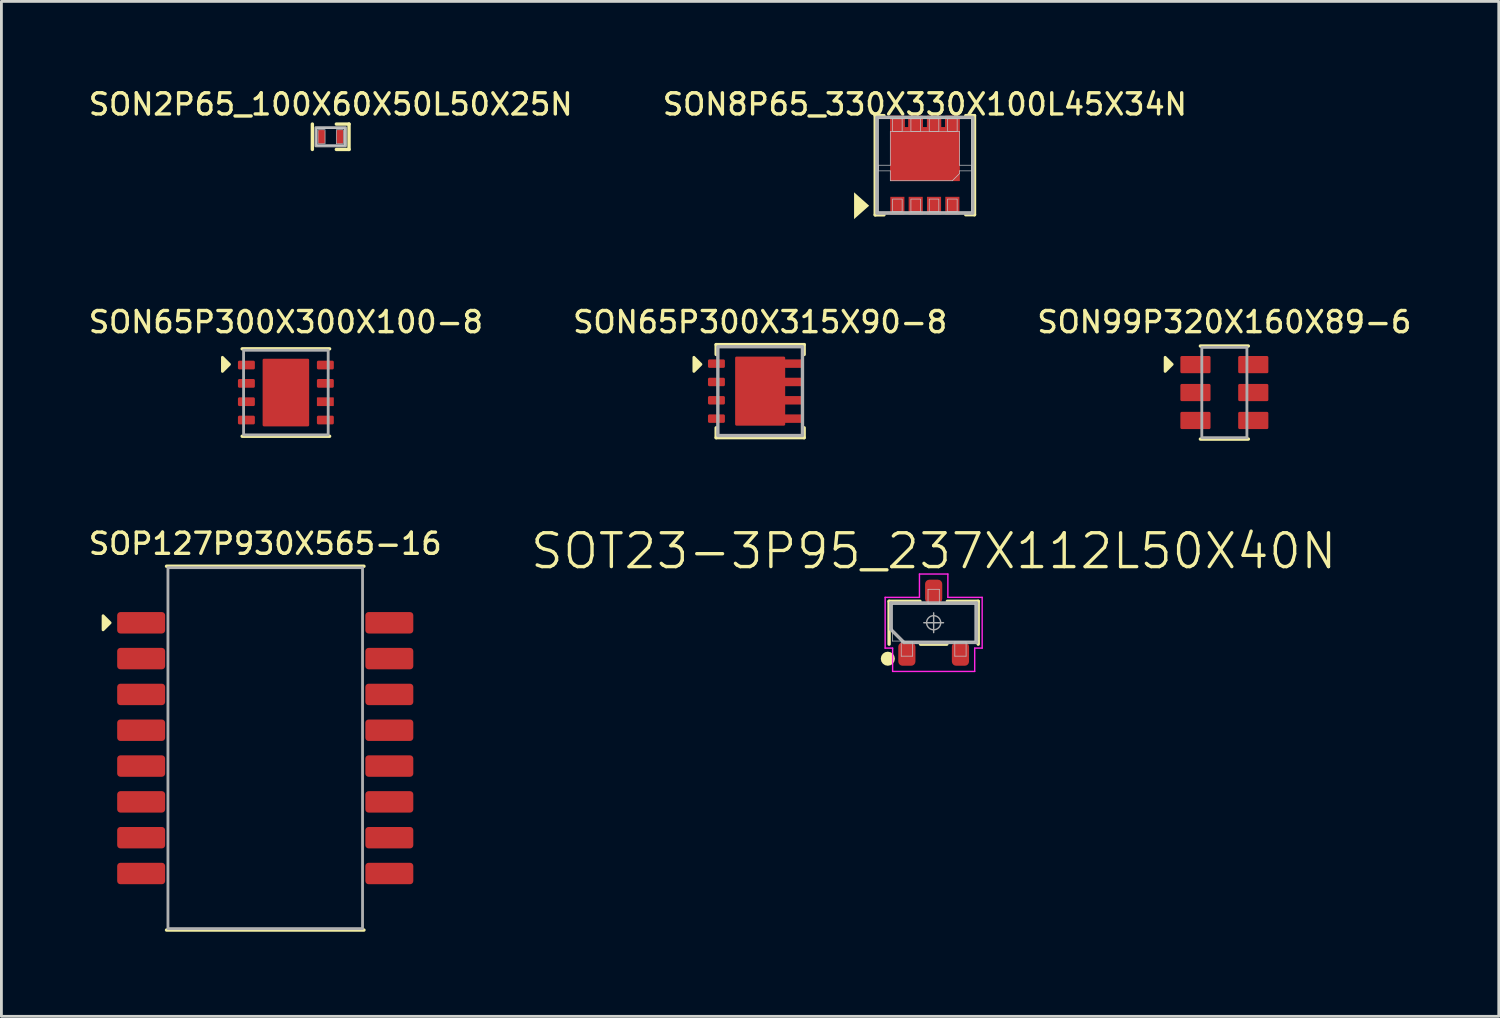
<source format=kicad_pcb>
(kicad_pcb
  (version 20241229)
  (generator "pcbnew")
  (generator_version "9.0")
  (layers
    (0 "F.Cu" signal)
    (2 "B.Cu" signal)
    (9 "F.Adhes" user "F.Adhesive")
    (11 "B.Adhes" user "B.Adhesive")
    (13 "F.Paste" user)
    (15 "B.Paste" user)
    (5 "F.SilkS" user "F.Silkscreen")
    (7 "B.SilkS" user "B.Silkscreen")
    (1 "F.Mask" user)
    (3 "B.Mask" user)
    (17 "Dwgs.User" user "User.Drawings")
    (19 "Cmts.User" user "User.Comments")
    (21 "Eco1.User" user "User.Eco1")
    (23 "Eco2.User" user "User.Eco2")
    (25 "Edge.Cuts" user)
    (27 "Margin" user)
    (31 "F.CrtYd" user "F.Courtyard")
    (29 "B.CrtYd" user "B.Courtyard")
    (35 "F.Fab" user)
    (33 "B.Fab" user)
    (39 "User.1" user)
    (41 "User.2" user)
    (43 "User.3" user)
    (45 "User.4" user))
  (footprint "SON2P65_100X60X50L50X25N"
    (layer "F.Cu")
    (at 8.676 1.799)
    (property "Reference" "SON2P65_100X60X50L50X25N" (at 0 -1.15 0) (unlocked yes) (layer "F.SilkS") (effects (font (size 0.75 0.75) (thickness 0.12))))
    (attr smd)
    (fp_line (start -0.65 -0.45) (end -0.65 0.45) (stroke (width 0.12) (type solid)) (layer "F.SilkS"))
    (fp_line (start 0.2 0.45) (end 0.65 0.45) (stroke (width 0.12) (type solid)) (layer "F.SilkS"))
    (fp_line (start 0.65 -0.45) (end 0.2 -0.45) (stroke (width 0.12) (type solid)) (layer "F.SilkS"))
    (fp_line (start 0.65 0.45) (end 0.65 -0.45) (stroke (width 0.12) (type solid)) (layer "F.SilkS"))
    (fp_rect (start -0.5 -0.3) (end 0.5 0.3) (stroke (width 0.05) (type default)) (fill no) (layer "Dwgs.User"))
    (fp_rect (start -0.45 -0.25) (end -0.2 0.25) (stroke (width 0.025) (type default)) (fill no) (layer "Dwgs.User"))
    (fp_rect (start 0.2 -0.25) (end 0.45 0.25) (stroke (width 0.025) (type default)) (fill no) (layer "Dwgs.User"))
    (fp_rect (start -0.525 -0.325) (end 0.525 0.325) (stroke (width 0.1) (type default)) (fill no) (layer "F.Fab"))
    (pad "1" smd roundrect (at -0.325 0) (size 0.25 0.5) (layers "F.Cu" "F.Mask" "F.Paste") (roundrect_rratio 0.25))
    (pad "2" smd roundrect (at 0.325 0) (size 0.25 0.5) (layers "F.Cu" "F.Mask" "F.Paste") (roundrect_rratio 0.25)))
  (footprint "SOT23-3P95_237X112L50X40N"
    (layer "F.Cu")
    (at 30.056 19.031)
    (property "Reference" "SOT23-3P95_237X112L50X40N" (at 0 -2.54 0) (layer "F.SilkS") (effects (font (size 1.2 1.2) (thickness 0.12))))
    (attr smd)
    (fp_line (start -1.58 -0.76) (end -0.485 -0.76) (stroke (width 0.12) (type solid)) (layer "F.SilkS"))
    (fp_line (start -1.58 0.76) (end -1.58 -0.76) (stroke (width 0.12) (type solid)) (layer "F.SilkS"))
    (fp_line (start 0.466 0.76) (end -0.466 0.76) (stroke (width 0.12) (type solid)) (layer "F.SilkS"))
    (fp_line (start 0.485 -0.76) (end 1.58 -0.76) (stroke (width 0.12) (type solid)) (layer "F.SilkS"))
    (fp_line (start 1.58 -0.76) (end 1.58 0.76) (stroke (width 0.12) (type solid)) (layer "F.SilkS"))
    (fp_circle (center -1.625 1.276) (end -1.625 1.401) (stroke (width 0.25) (type solid)) (fill no) (layer "F.SilkS"))
    (fp_line (start -1.46 -0.65) (end 1.46 -0.65) (stroke (width 0.025) (type solid)) (layer "Dwgs.User"))
    (fp_line (start -1.46 0.65) (end -1.46 -0.65) (stroke (width 0.025) (type solid)) (layer "Dwgs.User"))
    (fp_line (start -1.15 0.685) (end -0.75 0.685) (stroke (width 0.025) (type solid)) (layer "Dwgs.User"))
    (fp_line (start -1.15 1.185) (end -1.15 0.685) (stroke (width 0.025) (type solid)) (layer "Dwgs.User"))
    (fp_line (start -0.75 0.685) (end -0.75 1.185) (stroke (width 0.025) (type solid)) (layer "Dwgs.User"))
    (fp_line (start -0.75 1.185) (end -1.15 1.185) (stroke (width 0.025) (type solid)) (layer "Dwgs.User"))
    (fp_line (start -0.2 -1.185) (end 0.2 -1.185) (stroke (width 0.025) (type solid)) (layer "Dwgs.User"))
    (fp_line (start -0.2 -0.685) (end -0.2 -1.185) (stroke (width 0.025) (type solid)) (layer "Dwgs.User"))
    (fp_line (start 0.2 -1.185) (end 0.2 -0.685) (stroke (width 0.025) (type solid)) (layer "Dwgs.User"))
    (fp_line (start 0.2 -0.685) (end -0.2 -0.685) (stroke (width 0.025) (type solid)) (layer "Dwgs.User"))
    (fp_line (start 0.75 0.685) (end 1.15 0.685) (stroke (width 0.025) (type solid)) (layer "Dwgs.User"))
    (fp_line (start 0.75 1.185) (end 0.75 0.685) (stroke (width 0.025) (type solid)) (layer "Dwgs.User"))
    (fp_line (start 1.15 0.685) (end 1.15 1.185) (stroke (width 0.025) (type solid)) (layer "Dwgs.User"))
    (fp_line (start 1.15 1.185) (end 0.75 1.185) (stroke (width 0.025) (type solid)) (layer "Dwgs.User"))
    (fp_line (start 1.46 -0.65) (end 1.46 0.65) (stroke (width 0.025) (type solid)) (layer "Dwgs.User"))
    (fp_line (start 1.46 0.65) (end -1.46 0.65) (stroke (width 0.025) (type solid)) (layer "Dwgs.User"))
    (fp_line (start -1.72 -0.9) (end -1.72 0.9) (stroke (width 0.05) (type solid)) (layer "F.CrtYd"))
    (fp_line (start -1.72 0.9) (end -1.455 0.9) (stroke (width 0.05) (type solid)) (layer "F.CrtYd"))
    (fp_line (start -1.455 0.9) (end -1.455 1.726) (stroke (width 0.05) (type solid)) (layer "F.CrtYd"))
    (fp_line (start -1.455 1.726) (end 1.455 1.726) (stroke (width 0.05) (type solid)) (layer "F.CrtYd"))
    (fp_line (start -0.504 -1.726) (end -0.504 -0.9) (stroke (width 0.05) (type solid)) (layer "F.CrtYd"))
    (fp_line (start -0.504 -0.9) (end -1.72 -0.9) (stroke (width 0.05) (type solid)) (layer "F.CrtYd"))
    (fp_line (start 0.504 -1.726) (end -0.504 -1.726) (stroke (width 0.05) (type solid)) (layer "F.CrtYd"))
    (fp_line (start 0.504 -0.9) (end 0.504 -1.726) (stroke (width 0.05) (type solid)) (layer "F.CrtYd"))
    (fp_line (start 1.455 0.9) (end 1.72 0.9) (stroke (width 0.05) (type solid)) (layer "F.CrtYd"))
    (fp_line (start 1.455 1.726) (end 1.455 0.9) (stroke (width 0.05) (type solid)) (layer "F.CrtYd"))
    (fp_line (start 1.72 -0.9) (end 0.504 -0.9) (stroke (width 0.05) (type solid)) (layer "F.CrtYd"))
    (fp_line (start 1.72 0.9) (end 1.72 -0.9) (stroke (width 0.05) (type solid)) (layer "F.CrtYd"))
    (fp_line (start -1.52 -0.7) (end 1.52 -0.7) (stroke (width 0.12) (type solid)) (layer "F.Fab"))
    (fp_line (start -1.52 0.233) (end -1.52 -0.7) (stroke (width 0.12) (type solid)) (layer "F.Fab"))
    (fp_line (start -1.053 0.7) (end -1.52 0.233) (stroke (width 0.12) (type solid)) (layer "F.Fab"))
    (fp_line (start -0.35 0) (end 0.35 0) (stroke (width 0.05) (type solid)) (layer "F.Fab"))
    (fp_line (start 0 -0.35) (end 0 0.35) (stroke (width 0.05) (type solid)) (layer "F.Fab"))
    (fp_line (start 1.52 -0.7) (end 1.52 0.7) (stroke (width 0.12) (type solid)) (layer "F.Fab"))
    (fp_line (start 1.52 0.7) (end -1.053 0.7) (stroke (width 0.12) (type solid)) (layer "F.Fab"))
    (fp_circle (center 0 0) (end 0.25 0) (stroke (width 0.05) (type solid)) (fill no) (layer "F.Fab"))
    (pad "1" smd roundrect (at -0.95 1.113 90) (size 0.826 0.609) (layers "F.Cu" "F.Mask" "F.Paste") (roundrect_rratio 0.25))
    (pad "2" smd roundrect (at 0.95 1.113 90) (size 0.826 0.609) (layers "F.Cu" "F.Mask" "F.Paste") (roundrect_rratio 0.25))
    (pad "3" smd roundrect (at 0 -1.113 90) (size 0.826 0.609) (layers "F.Cu" "F.Mask" "F.Paste") (roundrect_rratio 0.25)))
  (footprint "SON65P300X300X100-8"
    (layer "F.Cu")
    (at 7.087 10.869)
    (property "Reference" "SON65P300X300X100-8" (at 0 -2.5 0) (unlocked yes) (layer "F.SilkS") (effects (font (size 0.75 0.75) (thickness 0.12))))
    (attr smd)
    (fp_line (start -1.55 1.55) (end 1.55 1.55) (stroke (width 0.12) (type solid)) (layer "F.SilkS"))
    (fp_line (start 1.55 -1.55) (end -1.55 -1.55) (stroke (width 0.12) (type solid)) (layer "F.SilkS"))
    (fp_poly (pts (xy -2 -1) (xy -2.25 -0.75) (xy -2.25 -1.25)) (stroke (width 0.1) (type solid)) (fill yes) (layer "F.SilkS"))
    (fp_rect (start -1.5 -1.5) (end 1.5 1.5) (stroke (width 0.1) (type solid)) (fill no) (layer "F.Fab"))
    (pad "1" smd roundrect (at -1.4 -0.975) (size 0.6 0.31) (layers "F.Cu" "F.Mask" "F.Paste") (roundrect_rratio 0.161))
    (pad "2" smd roundrect (at -1.4 -0.325) (size 0.6 0.31) (layers "F.Cu" "F.Mask" "F.Paste") (roundrect_rratio 0.161))
    (pad "3" smd roundrect (at -1.4 0.325) (size 0.6 0.31) (layers "F.Cu" "F.Mask" "F.Paste") (roundrect_rratio 0.161))
    (pad "4" smd roundrect (at -1.4 0.975) (size 0.6 0.31) (layers "F.Cu" "F.Mask" "F.Paste") (roundrect_rratio 0.161))
    (pad "5" smd roundrect (at 1.4 0.975) (size 0.6 0.31) (layers "F.Cu" "F.Mask" "F.Paste") (roundrect_rratio 0.161))
    (pad "6" smd roundrect (at 1.4 0.325) (size 0.6 0.31) (layers "F.Cu" "F.Mask" "F.Paste") (roundrect_rratio 0.072))
    (pad "7" smd roundrect (at 1.4 -0.325) (size 0.6 0.31) (layers "F.Cu" "F.Mask" "F.Paste") (roundrect_rratio 0.161))
    (pad "8" smd roundrect (at 1.4 -0.975) (size 0.6 0.31) (layers "F.Cu" "F.Mask" "F.Paste") (roundrect_rratio 0.161))
    (pad "9" smd roundrect (at 0 0) (size 1.65 2.4) (layers "F.Cu" "F.Mask" "F.Paste") (roundrect_rratio 0.03)))
  (footprint "SON99P320X160X89-6"
    (layer "F.Cu")
    (at 40.364 10.869)
    (property "Reference" "SON99P320X160X89-6" (at 0 -2.5 0) (unlocked yes) (layer "F.SilkS") (effects (font (size 0.75 0.75) (thickness 0.12))))
    (attr smd)
    (fp_line (start 0.85 -1.65) (end -0.85 -1.65) (stroke (width 0.12) (type solid)) (layer "F.SilkS"))
    (fp_line (start 0.85 1.65) (end -0.85 1.65) (stroke (width 0.12) (type solid)) (layer "F.SilkS"))
    (fp_poly (pts (xy -1.85 -1) (xy -2.1 -0.75) (xy -2.1 -1.25)) (stroke (width 0.1) (type solid)) (fill yes) (layer "F.SilkS"))
    (fp_rect (start -0.8 -1.6) (end 0.8 1.6) (stroke (width 0.1) (type solid)) (fill no) (layer "F.Fab"))
    (pad "1" smd roundrect (at -1.025 -0.99) (size 1.07 0.61) (layers "F.Cu" "F.Mask" "F.Paste") (roundrect_rratio 0.082))
    (pad "2" smd roundrect (at -1.025 0) (size 1.07 0.61) (layers "F.Cu" "F.Mask" "F.Paste") (roundrect_rratio 0.082))
    (pad "3" smd roundrect (at -1.025 0.99) (size 1.07 0.61) (layers "F.Cu" "F.Mask" "F.Paste") (roundrect_rratio 0.082))
    (pad "4" smd roundrect (at 1.025 0.99) (size 1.07 0.61) (layers "F.Cu" "F.Mask" "F.Paste") (roundrect_rratio 0.082))
    (pad "5" smd roundrect (at 1.025 0) (size 1.07 0.61) (layers "F.Cu" "F.Mask" "F.Paste") (roundrect_rratio 0.082))
    (pad "6" smd roundrect (at 1.025 -0.99) (size 1.07 0.61) (layers "F.Cu" "F.Mask" "F.Paste") (roundrect_rratio 0.082)))
  (footprint "SON65P300X315X90-8"
    (layer "F.Cu")
    (at 23.904 10.819)
    (property "Reference" "SON65P300X315X90-8" (at 0 -2.45 0) (unlocked yes) (layer "F.SilkS") (effects (font (size 0.75 0.75) (thickness 0.12))))
    (attr smd)
    (fp_line (start -1.56 -1.65) (end -1.56 -1.3) (stroke (width 0.12) (type default)) (layer "F.SilkS"))
    (fp_line (start -1.56 1.65) (end -1.56 1.3) (stroke (width 0.12) (type default)) (layer "F.SilkS"))
    (fp_line (start -1.56 1.65) (end 1.56 1.65) (stroke (width 0.12) (type default)) (layer "F.SilkS"))
    (fp_line (start 1.56 -1.65) (end -1.56 -1.65) (stroke (width 0.12) (type default)) (layer "F.SilkS"))
    (fp_line (start 1.56 -1.65) (end 1.56 -1.3) (stroke (width 0.12) (type default)) (layer "F.SilkS"))
    (fp_line (start 1.56 1.65) (end 1.56 1.3) (stroke (width 0.12) (type default)) (layer "F.SilkS"))
    (fp_poly (pts (xy -2.1 -0.95) (xy -2.35 -0.7) (xy -2.35 -1.2)) (stroke (width 0.1) (type solid)) (fill yes) (layer "F.SilkS"))
    (fp_rect (start -1.5 -1.575) (end 1.5 1.575) (stroke (width 0.12) (type solid)) (fill no) (layer "F.Fab"))
    (pad "1" smd roundrect (at -1.55 -0.975) (size 0.6 0.3) (layers "F.Cu" "F.Mask") (roundrect_rratio 0.167))
    (pad "2" smd roundrect (at -1.55 -0.325) (size 0.6 0.3) (layers "F.Cu" "F.Mask") (roundrect_rratio 0.167))
    (pad "3" smd roundrect (at -1.55 0.325) (size 0.6 0.3) (layers "F.Cu" "F.Mask") (roundrect_rratio 0.167))
    (pad "4" smd roundrect (at -1.55 0.975) (size 0.6 0.3) (layers "F.Cu" "F.Mask") (roundrect_rratio 0.167))
    (pad "5" smd roundrect (at 1.185 0.975) (size 0.675 0.3) (layers "F.Cu" "F.Mask") (roundrect_rratio 0.167))
    (pad "6" smd roundrect (at 1.185 0.325) (size 0.675 0.3) (layers "F.Cu" "F.Mask") (roundrect_rratio 0.167))
    (pad "7" smd roundrect (at 1.185 -0.325) (size 0.675 0.3) (layers "F.Cu" "F.Mask") (roundrect_rratio 0.167))
    (pad "8" smd roundrect (at 1.185 -0.975) (size 0.675 0.3) (layers "F.Cu" "F.Mask") (roundrect_rratio 0.167))
    (pad "9" smd roundrect (at 0 0) (size 1.775 2.45) (layers "F.Cu" "F.Mask") (roundrect_rratio 0.028)))
  (footprint "SON8P65_330X330X100L45X34N"
    (layer "F.Cu")
    (at 29.744 2.809)
    (property "Reference" "SON8P65_330X330X100L45X34N" (at 0 -2.16 0) (unlocked yes) (layer "F.SilkS") (effects (font (size 0.75 0.75) (thickness 0.12))))
    (attr smd)
    (fp_line (start -1.76 -1.76) (end -1.76 1.76) (stroke (width 0.12) (type default)) (layer "F.SilkS"))
    (fp_line (start -1.76 -1.76) (end -1.45 -1.76) (stroke (width 0.12) (type default)) (layer "F.SilkS"))
    (fp_line (start -1.76 1.76) (end -1.45 1.76) (stroke (width 0.12) (type default)) (layer "F.SilkS"))
    (fp_line (start 1.76 -1.76) (end 1.45 -1.76) (stroke (width 0.12) (type default)) (layer "F.SilkS"))
    (fp_line (start 1.76 1.755) (end 1.45 1.755) (stroke (width 0.12) (type default)) (layer "F.SilkS"))
    (fp_line (start 1.76 1.755) (end 1.76 -1.76) (stroke (width 0.12) (type default)) (layer "F.SilkS"))
    (fp_poly (pts (xy -1.975 1.435) (xy -2.51 0.96) (xy -2.51 1.91)) (stroke (width 0) (type solid)) (fill yes) (layer "F.SilkS"))
    (fp_rect (start -1.145 -1.66) (end -0.805 -1.21) (stroke (width 0) (type solid)) (fill yes) (layer "F.Paste"))
    (fp_rect (start -1.145 -0.985) (end -0.125 0.46) (stroke (width 0) (type solid)) (fill yes) (layer "F.Paste"))
    (fp_rect (start -1.145 1.21) (end -0.805 1.66) (stroke (width 0) (type solid)) (fill yes) (layer "F.Paste"))
    (fp_rect (start -0.495 -1.66) (end -0.155 -1.21) (stroke (width 0) (type solid)) (fill yes) (layer "F.Paste"))
    (fp_rect (start -0.495 1.21) (end -0.155 1.66) (stroke (width 0) (type solid)) (fill yes) (layer "F.Paste"))
    (fp_rect (start 0.125 -0.985) (end 1.145 0.46) (stroke (width 0) (type solid)) (fill yes) (layer "F.Paste"))
    (fp_rect (start 0.155 -1.66) (end 0.495 -1.21) (stroke (width 0) (type solid)) (fill yes) (layer "F.Paste"))
    (fp_rect (start 0.155 1.21) (end 0.495 1.66) (stroke (width 0) (type solid)) (fill yes) (layer "F.Paste"))
    (fp_rect (start 0.805 -1.66) (end 1.145 -1.21) (stroke (width 0) (type solid)) (fill yes) (layer "F.Paste"))
    (fp_rect (start 0.805 1.21) (end 1.145 1.66) (stroke (width 0) (type solid)) (fill yes) (layer "F.Paste"))
    (fp_line (start -1.65 0) (end -1.65 0.2) (stroke (width 0.025) (type default)) (layer "Dwgs.User"))
    (fp_line (start -1.225 -1.2) (end -1.225 0) (stroke (width 0.025) (type default)) (layer "Dwgs.User"))
    (fp_line (start -1.225 -1.2) (end 1.225 -1.2) (stroke (width 0.025) (type default)) (layer "Dwgs.User"))
    (fp_line (start -1.225 0) (end -1.65 0) (stroke (width 0.025) (type default)) (layer "Dwgs.User"))
    (fp_line (start -1.225 0.2) (end -1.65 0.2) (stroke (width 0.025) (type default)) (layer "Dwgs.User"))
    (fp_line (start -1.225 0.55) (end -1.225 0.2) (stroke (width 0.025) (type default)) (layer "Dwgs.User"))
    (fp_line (start -1.225 0.55) (end 0.975 0.55) (stroke (width 0.025) (type default)) (layer "Dwgs.User"))
    (fp_line (start 0.975 0.55) (end 1.225 0.3) (stroke (width 0.025) (type default)) (layer "Dwgs.User"))
    (fp_line (start 1.225 -1.2) (end 1.225 0) (stroke (width 0.025) (type default)) (layer "Dwgs.User"))
    (fp_line (start 1.225 0) (end 1.65 0) (stroke (width 0.025) (type default)) (layer "Dwgs.User"))
    (fp_line (start 1.225 0.2) (end 1.65 0.2) (stroke (width 0.025) (type default)) (layer "Dwgs.User"))
    (fp_line (start 1.225 0.3) (end 1.225 0.2) (stroke (width 0.025) (type default)) (layer "Dwgs.User"))
    (fp_line (start 1.65 0.2) (end 1.65 0) (stroke (width 0.025) (type default)) (layer "Dwgs.User"))
    (fp_rect (start -1.65 -1.65) (end 1.65 1.65) (stroke (width 0.025) (type default)) (fill no) (layer "Dwgs.User"))
    (fp_rect (start -1.145 -1.65) (end -0.805 -1.2) (stroke (width 0.025) (type default)) (fill no) (layer "Dwgs.User"))
    (fp_rect (start -1.145 1.2) (end -0.805 1.65) (stroke (width 0.025) (type default)) (fill no) (layer "Dwgs.User"))
    (fp_rect (start -0.495 -1.65) (end -0.155 -1.2) (stroke (width 0.025) (type default)) (fill no) (layer "Dwgs.User"))
    (fp_rect (start -0.495 1.2) (end -0.155 1.65) (stroke (width 0.025) (type default)) (fill no) (layer "Dwgs.User"))
    (fp_rect (start 0.155 -1.65) (end 0.495 -1.2) (stroke (width 0.025) (type default)) (fill no) (layer "Dwgs.User"))
    (fp_rect (start 0.155 1.2) (end 0.495 1.65) (stroke (width 0.025) (type default)) (fill no) (layer "Dwgs.User"))
    (fp_rect (start 0.805 -1.65) (end 1.145 -1.2) (stroke (width 0.025) (type default)) (fill no) (layer "Dwgs.User"))
    (fp_rect (start 0.805 1.2) (end 1.145 1.65) (stroke (width 0.025) (type default)) (fill no) (layer "Dwgs.User"))
    (fp_rect (start -1.7 -1.7) (end 1.7 1.7) (stroke (width 0.12) (type default)) (fill no) (layer "F.Fab"))
    (pad "1" smd rect (at -0.975 1.435) (size 0.5 0.63) (layers "F.Cu" "F.Mask"))
    (pad "2" smd rect (at -0.325 1.435) (size 0.5 0.63) (layers "F.Cu" "F.Mask"))
    (pad "3" smd rect (at 0.325 1.435) (size 0.5 0.63) (layers "F.Cu" "F.Mask"))
    (pad "4" smd rect (at 0.975 1.435) (size 0.5 0.63) (layers "F.Cu" "F.Mask"))
    (pad "5" smd custom (at 0 -0.39) (size 2.45 1.9) (layers "F.Cu" "F.Mask") (options (anchor rect)) (primitives (gr_rect (start -1.225 -1.36) (end -0.725 -0.925) (width 0) (fill yes)) (gr_rect (start 0.725 -1.36) (end 1.225 -0.93) (width 0) (fill yes)) (gr_rect (start 0.075 -1.36) (end 0.575 -0.93) (width 0) (fill yes)) (gr_rect (start -0.575 -1.36) (end -0.075 -0.93) (width 0) (fill yes))))
    (pad "6" smd custom (at 0 -0.39) (size 2.45 1.9) (layers "F.Cu" "F.Mask") (options (anchor rect)) (primitives (gr_rect (start -1.225 -1.36) (end -0.725 -0.925) (width 0) (fill yes)) (gr_rect (start 0.725 -1.36) (end 1.225 -0.93) (width 0) (fill yes)) (gr_rect (start 0.075 -1.36) (end 0.575 -0.93) (width 0) (fill yes)) (gr_rect (start -0.575 -1.36) (end -0.075 -0.93) (width 0) (fill yes))))
    (pad "7" smd custom (at 0 -0.39) (size 2.45 1.9) (layers "F.Cu" "F.Mask") (options (anchor rect)) (primitives (gr_rect (start -1.225 -1.36) (end -0.725 -0.925) (width 0) (fill yes)) (gr_rect (start 0.725 -1.36) (end 1.225 -0.93) (width 0) (fill yes)) (gr_rect (start 0.075 -1.36) (end 0.575 -0.93) (width 0) (fill yes)) (gr_rect (start -0.575 -1.36) (end -0.075 -0.93) (width 0) (fill yes))))
    (pad "8" smd custom (at 0 -0.39) (size 2.45 1.9) (layers "F.Cu" "F.Mask") (options (anchor rect)) (primitives (gr_rect (start -1.225 -1.36) (end -0.725 -0.925) (width 0) (fill yes)) (gr_rect (start 0.725 -1.36) (end 1.225 -0.93) (width 0) (fill yes)) (gr_rect (start 0.075 -1.36) (end 0.575 -0.93) (width 0) (fill yes)) (gr_rect (start -0.575 -1.36) (end -0.075 -0.93) (width 0) (fill yes)))))
  (footprint "SOP127P930X565-16"
    (layer "F.Cu")
    (at 6.355 23.478)
    (property "Reference" "SOP127P930X565-16" (at 0 -7.25 0) (unlocked yes) (layer "F.SilkS") (effects (font (size 0.75 0.75) (thickness 0.12))))
    (attr smd)
    (fp_line (start -3.5 -6.45) (end 3.5 -6.45) (stroke (width 0.12) (type solid)) (layer "F.SilkS"))
    (fp_line (start -3.5 6.45) (end 3.5 6.45) (stroke (width 0.12) (type solid)) (layer "F.SilkS"))
    (fp_poly (pts (xy -5.5 -4.445) (xy -5.75 -4.195) (xy -5.75 -4.695)) (stroke (width 0.1) (type solid)) (fill yes) (layer "F.SilkS"))
    (fp_rect (start -3.45 -6.4) (end 3.45 6.4) (stroke (width 0.1) (type solid)) (fill no) (layer "F.Fab"))
    (pad "1" smd roundrect (at -4.4 -4.445) (size 1.7 0.76) (layers "F.Cu" "F.Mask" "F.Paste") (roundrect_rratio 0.15))
    (pad "2" smd roundrect (at -4.4 -0.635) (size 1.7 0.76) (layers "F.Cu" "F.Mask" "F.Paste") (roundrect_rratio 0.15))
    (pad "3" smd roundrect (at -4.4 -1.905) (size 1.7 0.76) (layers "F.Cu" "F.Mask" "F.Paste") (roundrect_rratio 0.15))
    (pad "4" smd roundrect (at -4.4 -3.175) (size 1.7 0.76) (layers "F.Cu" "F.Mask" "F.Paste") (roundrect_rratio 0.15))
    (pad "5" smd roundrect (at -4.4 0.635) (size 1.7 0.76) (layers "F.Cu" "F.Mask" "F.Paste") (roundrect_rratio 0.15))
    (pad "6" smd roundrect (at -4.4 1.905) (size 1.7 0.76) (layers "F.Cu" "F.Mask" "F.Paste") (roundrect_rratio 0.15))
    (pad "7" smd roundrect (at -4.4 3.175) (size 1.7 0.76) (layers "F.Cu" "F.Mask" "F.Paste") (roundrect_rratio 0.15))
    (pad "8" smd roundrect (at -4.4 4.445) (size 1.7 0.76) (layers "F.Cu" "F.Mask" "F.Paste") (roundrect_rratio 0.15))
    (pad "9" smd roundrect (at 4.4 4.445) (size 1.7 0.76) (layers "F.Cu" "F.Mask" "F.Paste") (roundrect_rratio 0.15))
    (pad "10" smd roundrect (at 4.4 3.175) (size 1.7 0.76) (layers "F.Cu" "F.Mask" "F.Paste") (roundrect_rratio 0.15))
    (pad "11" smd roundrect (at 4.4 1.905) (size 1.7 0.76) (layers "F.Cu" "F.Mask" "F.Paste") (roundrect_rratio 0.15))
    (pad "12" smd roundrect (at 4.4 0.635) (size 1.7 0.76) (layers "F.Cu" "F.Mask" "F.Paste") (roundrect_rratio 0.15))
    (pad "13" smd roundrect (at 4.4 -0.635) (size 1.7 0.76) (layers "F.Cu" "F.Mask" "F.Paste") (roundrect_rratio 0.15))
    (pad "14" smd roundrect (at 4.4 -1.905) (size 1.7 0.76) (layers "F.Cu" "F.Mask" "F.Paste") (roundrect_rratio 0.15))
    (pad "15" smd roundrect (at 4.4 -3.175) (size 1.7 0.76) (layers "F.Cu" "F.Mask" "F.Paste") (roundrect_rratio 0.15))
    (pad "16" smd roundrect (at 4.4 -4.445) (size 1.7 0.76) (layers "F.Cu" "F.Mask" "F.Paste") (roundrect_rratio 0.15)))
  (gr_rect
    (start -3 -3)
    (end 50.094 32.988)
    (stroke (width 0.1) (type default))
    (fill no)
    (layer "Edge.Cuts")))
</source>
